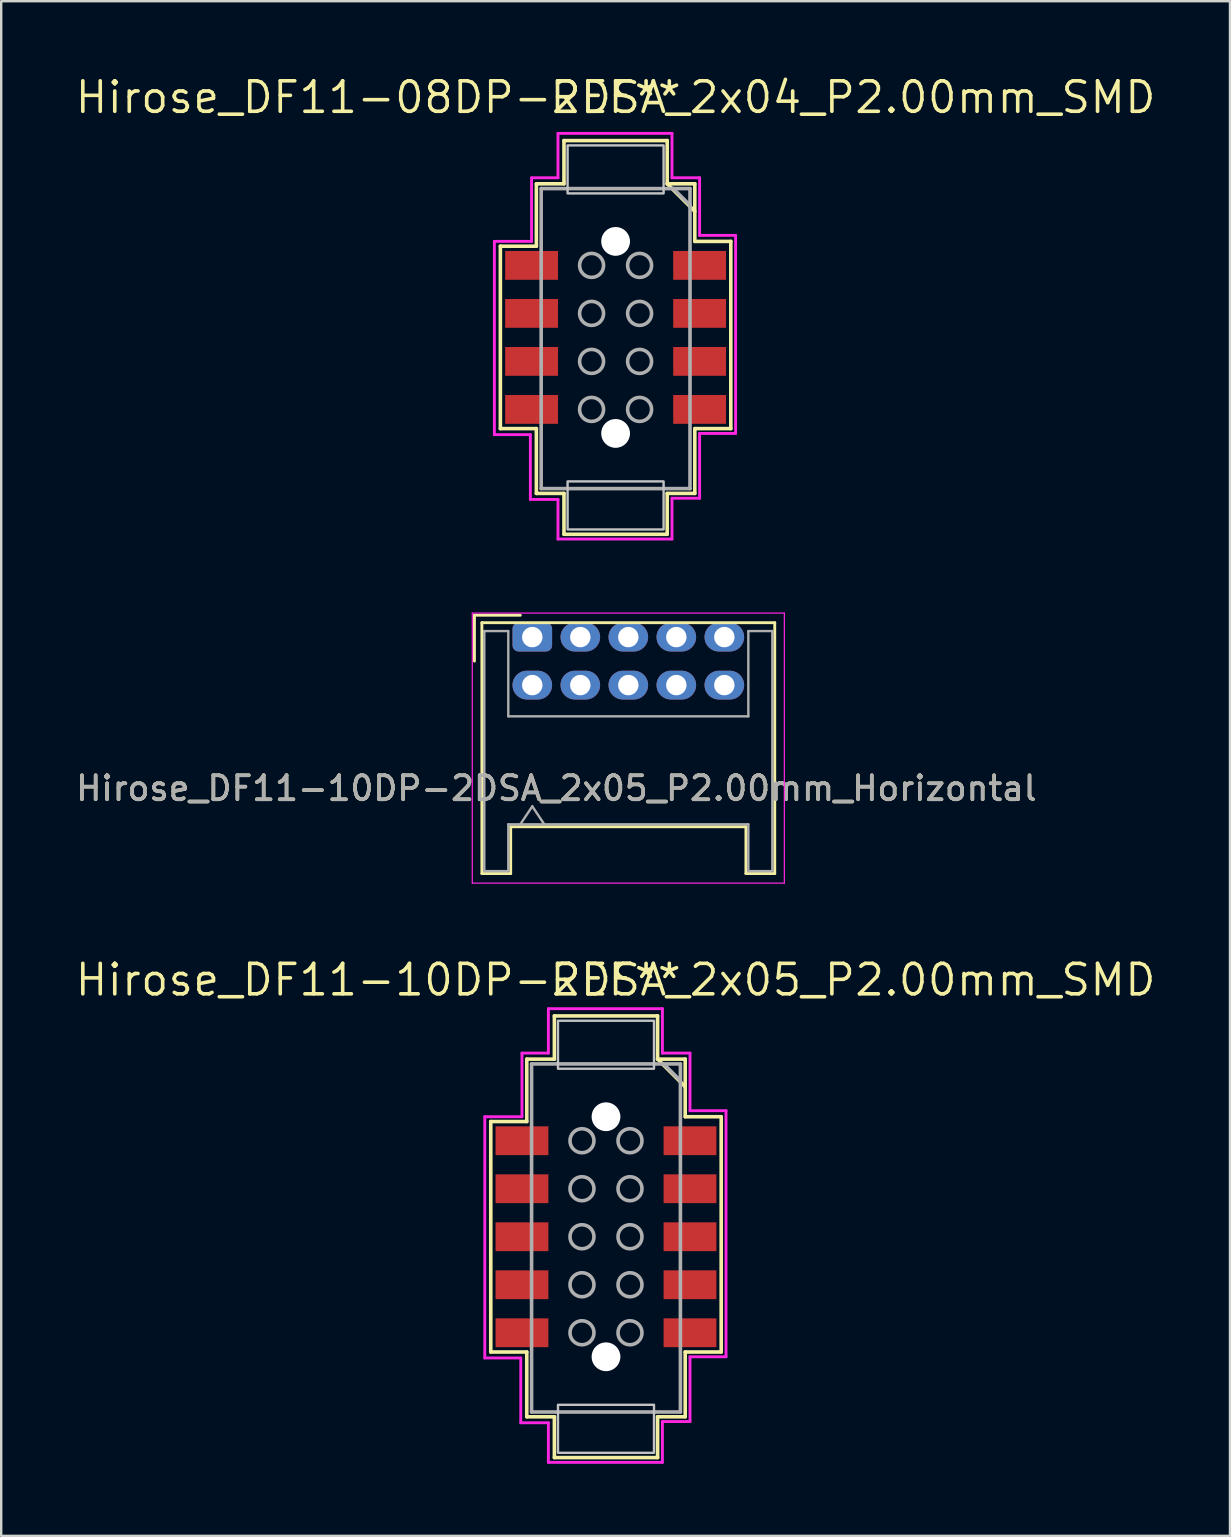
<source format=kicad_pcb>
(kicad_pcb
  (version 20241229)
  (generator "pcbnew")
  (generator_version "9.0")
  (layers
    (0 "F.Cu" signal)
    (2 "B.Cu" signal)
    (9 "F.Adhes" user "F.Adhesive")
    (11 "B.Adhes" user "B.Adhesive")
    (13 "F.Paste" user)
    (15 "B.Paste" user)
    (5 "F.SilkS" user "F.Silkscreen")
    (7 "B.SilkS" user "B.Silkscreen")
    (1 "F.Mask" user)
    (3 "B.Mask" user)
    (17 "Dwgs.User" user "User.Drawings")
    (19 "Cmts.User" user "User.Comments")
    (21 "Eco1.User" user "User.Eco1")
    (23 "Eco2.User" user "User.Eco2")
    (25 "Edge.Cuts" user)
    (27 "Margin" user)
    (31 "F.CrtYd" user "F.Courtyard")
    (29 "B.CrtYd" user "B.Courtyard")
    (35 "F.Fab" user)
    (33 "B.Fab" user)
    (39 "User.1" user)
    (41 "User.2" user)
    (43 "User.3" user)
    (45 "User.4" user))
  (footprint "Hirose_DF11-10DP-2DSA_2x05_P2.00mm_SMD"
    (layer "F.Cu")
    (at 22.195 48.472)
    (property "Reference" "Hirose_DF11-10DP-2DSA_2x05_P2.00mm_SMD" (at 0.4 -10.7 180) (layer "F.SilkS") (effects (font (size 1.27 1.27) (thickness 0.15))))
    (attr through_hole)
    (fp_poly (pts (xy -2.032 -9.097) (xy -2.032 -6.922) (xy 2.032 -6.922) (xy 2.032 -9.097)) (stroke (width 0) (type solid)) (fill yes) (layer "F.Mask"))
    (fp_poly (pts (xy -2.032 6.922) (xy -2.032 9.097) (xy 2.032 9.097) (xy 2.032 6.922)) (stroke (width 0) (type solid)) (fill yes) (layer "F.Mask"))
    (fp_line (start -4.8 -4.8) (end -3.3 -4.8) (stroke (width 0.15) (type solid)) (layer "F.SilkS"))
    (fp_line (start -4.8 4.8) (end -4.8 -4.8) (stroke (width 0.15) (type solid)) (layer "F.SilkS"))
    (fp_line (start -3.3 -4.8) (end -3.3 -7.4) (stroke (width 0.15) (type solid)) (layer "F.SilkS"))
    (fp_line (start -3.3 4.8) (end -4.8 4.8) (stroke (width 0.15) (type solid)) (layer "F.SilkS"))
    (fp_line (start -3.3 7.5) (end -3.3 4.8) (stroke (width 0.15) (type solid)) (layer "F.SilkS"))
    (fp_line (start -3.3 7.5) (end -2.15 7.5) (stroke (width 0.15) (type solid)) (layer "F.SilkS"))
    (fp_line (start -2.15 -9.2) (end -2.15 -7.4) (stroke (width 0.15) (type solid)) (layer "F.SilkS"))
    (fp_line (start -2.15 -7.4) (end -3.3 -7.4) (stroke (width 0.15) (type solid)) (layer "F.SilkS"))
    (fp_line (start -2.15 7.5) (end -2.15 9.2) (stroke (width 0.15) (type solid)) (layer "F.SilkS"))
    (fp_line (start -2.15 9.2) (end 2.15 9.2) (stroke (width 0.15) (type solid)) (layer "F.SilkS"))
    (fp_line (start 2.15 -9.2) (end -2.15 -9.2) (stroke (width 0.15) (type solid)) (layer "F.SilkS"))
    (fp_line (start 2.15 -7.4) (end 2.15 -9.2) (stroke (width 0.15) (type solid)) (layer "F.SilkS"))
    (fp_line (start 2.15 -7.4) (end 3.3 -6.25) (stroke (width 0.15) (type solid)) (layer "F.SilkS"))
    (fp_line (start 2.15 7.5) (end 3.3 7.5) (stroke (width 0.15) (type solid)) (layer "F.SilkS"))
    (fp_line (start 2.15 9.2) (end 2.15 7.5) (stroke (width 0.15) (type solid)) (layer "F.SilkS"))
    (fp_line (start 3.3 -7.4) (end 2.15 -7.4) (stroke (width 0.15) (type solid)) (layer "F.SilkS"))
    (fp_line (start 3.3 -5) (end 3.3 -7.4) (stroke (width 0.15) (type solid)) (layer "F.SilkS"))
    (fp_line (start 3.3 4.8) (end 4.8 4.8) (stroke (width 0.15) (type solid)) (layer "F.SilkS"))
    (fp_line (start 3.3 7.5) (end 3.3 4.8) (stroke (width 0.15) (type solid)) (layer "F.SilkS"))
    (fp_line (start 4.8 -5) (end 3.3 -5) (stroke (width 0.15) (type solid)) (layer "F.SilkS"))
    (fp_line (start 4.8 4.8) (end 4.8 -5) (stroke (width 0.15) (type solid)) (layer "F.SilkS"))
    (fp_poly (pts (xy -2 -9) (xy -2 -7) (xy 2 -7) (xy 2 -9)) (stroke (width 0.1) (type solid)) (fill no) (layer "Dwgs.User"))
    (fp_poly (pts (xy -2 7) (xy -2 9) (xy 2 9) (xy 2 7)) (stroke (width 0.1) (type solid)) (fill no) (layer "Dwgs.User"))
    (fp_line (start -5.05 -5) (end -3.5 -5) (stroke (width 0.12) (type solid)) (layer "F.CrtYd"))
    (fp_line (start -5.05 5.05) (end -5.05 -5) (stroke (width 0.12) (type solid)) (layer "F.CrtYd"))
    (fp_line (start -3.55 5.05) (end -5.05 5.05) (stroke (width 0.12) (type solid)) (layer "F.CrtYd"))
    (fp_line (start -3.55 7.75) (end -3.55 5.05) (stroke (width 0.12) (type solid)) (layer "F.CrtYd"))
    (fp_line (start -3.5 -7.65) (end -2.4 -7.65) (stroke (width 0.12) (type solid)) (layer "F.CrtYd"))
    (fp_line (start -3.5 -5) (end -3.5 -7.65) (stroke (width 0.12) (type solid)) (layer "F.CrtYd"))
    (fp_line (start -2.4 -9.5) (end 2.35 -9.5) (stroke (width 0.12) (type solid)) (layer "F.CrtYd"))
    (fp_line (start -2.4 -7.65) (end -2.4 -9.5) (stroke (width 0.12) (type solid)) (layer "F.CrtYd"))
    (fp_line (start -2.4 7.75) (end -3.55 7.75) (stroke (width 0.12) (type solid)) (layer "F.CrtYd"))
    (fp_line (start -2.4 9.4) (end -2.4 7.75) (stroke (width 0.12) (type solid)) (layer "F.CrtYd"))
    (fp_line (start 2.35 -9.5) (end 2.35 -7.65) (stroke (width 0.12) (type solid)) (layer "F.CrtYd"))
    (fp_line (start 2.35 -7.65) (end 3.5 -7.65) (stroke (width 0.12) (type solid)) (layer "F.CrtYd"))
    (fp_line (start 2.35 7.7) (end 2.35 9.4) (stroke (width 0.12) (type solid)) (layer "F.CrtYd"))
    (fp_line (start 2.35 9.4) (end -2.4 9.4) (stroke (width 0.12) (type solid)) (layer "F.CrtYd"))
    (fp_line (start 3.5 -7.65) (end 3.5 -5.25) (stroke (width 0.12) (type solid)) (layer "F.CrtYd"))
    (fp_line (start 3.5 -5.25) (end 5 -5.25) (stroke (width 0.12) (type solid)) (layer "F.CrtYd"))
    (fp_line (start 3.5 5) (end 3.5 7.7) (stroke (width 0.12) (type solid)) (layer "F.CrtYd"))
    (fp_line (start 3.5 7.7) (end 2.35 7.7) (stroke (width 0.12) (type solid)) (layer "F.CrtYd"))
    (fp_line (start 5 -5.25) (end 5 5) (stroke (width 0.12) (type solid)) (layer "F.CrtYd"))
    (fp_line (start 5 5) (end 3.5 5) (stroke (width 0.12) (type solid)) (layer "F.CrtYd"))
    (fp_line (start -3.1 -7.2) (end 3.1 -7.2) (stroke (width 0.15) (type solid)) (layer "F.Fab"))
    (fp_line (start -3.1 7.3) (end -3.1 -7.2) (stroke (width 0.15) (type solid)) (layer "F.Fab"))
    (fp_line (start 3.1 -7.2) (end 3.1 7.3) (stroke (width 0.15) (type solid)) (layer "F.Fab"))
    (fp_line (start 3.1 -6.5) (end 2.4 -7.2) (stroke (width 0.15) (type solid)) (layer "F.Fab"))
    (fp_line (start 3.1 7.3) (end -3.1 7.3) (stroke (width 0.15) (type solid)) (layer "F.Fab"))
    (fp_circle (center -1 -4) (end -0.6 -3.7) (stroke (width 0.15) (type solid)) (fill no) (layer "F.Fab"))
    (fp_circle (center -1 -2) (end -0.6 -1.7) (stroke (width 0.15) (type solid)) (fill no) (layer "F.Fab"))
    (fp_circle (center -1 0) (end -0.6 0.3) (stroke (width 0.15) (type solid)) (fill no) (layer "F.Fab"))
    (fp_circle (center -1 2) (end -0.6 2.3) (stroke (width 0.15) (type solid)) (fill no) (layer "F.Fab"))
    (fp_circle (center -1 4) (end -0.6 4.3) (stroke (width 0.15) (type solid)) (fill no) (layer "F.Fab"))
    (fp_circle (center 1 -4) (end 1.4 -3.7) (stroke (width 0.15) (type solid)) (fill no) (layer "F.Fab"))
    (fp_circle (center 1 -2) (end 1.4 -1.7) (stroke (width 0.15) (type solid)) (fill no) (layer "F.Fab"))
    (fp_circle (center 1 0) (end 1.4 0.3) (stroke (width 0.15) (type solid)) (fill no) (layer "F.Fab"))
    (fp_circle (center 1 2) (end 1.4 2.3) (stroke (width 0.15) (type solid)) (fill no) (layer "F.Fab"))
    (fp_circle (center 1 4) (end 1.4 4.3) (stroke (width 0.15) (type solid)) (fill no) (layer "F.Fab"))
    (fp_text user "REF**" (at 0.4 -10.7 0) (layer "F.SilkS") (effects (font (size 1.27 1.27) (thickness 0.15))))
    (pad "" np_thru_hole circle (at 0 -5 270) (size 1.2 1.2) (drill 1.2) (layers "*.Cu"))
    (pad "" np_thru_hole circle (at 0 5 270) (size 1.2 1.2) (drill 1.2) (layers "*.Cu"))
    (pad "1" smd rect (at 3.5 -4) (size 2.2 1.2) (layers "F.Cu" "F.Mask" "F.Paste"))
    (pad "2" smd rect (at -3.5 -4) (size 2.2 1.2) (layers "F.Cu" "F.Mask" "F.Paste"))
    (pad "3" smd rect (at 3.5 -2) (size 2.2 1.2) (layers "F.Cu" "F.Mask" "F.Paste"))
    (pad "4" smd rect (at -3.5 -2) (size 2.2 1.2) (layers "F.Cu" "F.Mask" "F.Paste"))
    (pad "5" smd rect (at 3.5 0) (size 2.2 1.2) (layers "F.Cu" "F.Mask" "F.Paste"))
    (pad "6" smd rect (at -3.5 0) (size 2.2 1.2) (layers "F.Cu" "F.Mask" "F.Paste"))
    (pad "7" smd rect (at 3.5 2) (size 2.2 1.2) (layers "F.Cu" "F.Mask" "F.Paste"))
    (pad "8" smd rect (at -3.5 2) (size 2.2 1.2) (layers "F.Cu" "F.Mask" "F.Paste"))
    (pad "9" smd rect (at 3.5 4) (size 2.2 1.2) (layers "F.Cu" "F.Mask" "F.Paste"))
    (pad "10" smd rect (at -3.5 4) (size 2.2 1.2) (layers "F.Cu" "F.Mask" "F.Paste")))
  (footprint "Hirose_DF11-08DP-2DSA_2x04_P2.00mm_SMD"
    (layer "F.Cu")
    (at 22.595 12.006)
    (property "Reference" "Hirose_DF11-08DP-2DSA_2x04_P2.00mm_SMD" (at 0 -11 180) (layer "F.SilkS") (effects (font (size 1.27 1.27) (thickness 0.15))))
    (attr through_hole)
    (fp_poly (pts (xy -2.032 -9.097) (xy -2.032 -6.922) (xy 2.032 -6.922) (xy 2.032 -9.097)) (stroke (width 0) (type solid)) (fill yes) (layer "F.Mask"))
    (fp_poly (pts (xy -2.032 4.922) (xy -2.032 7.097) (xy 2.032 7.097) (xy 2.032 4.922)) (stroke (width 0) (type solid)) (fill yes) (layer "F.Mask"))
    (fp_line (start -4.8 -4.8) (end -3.3 -4.8) (stroke (width 0.15) (type solid)) (layer "F.SilkS"))
    (fp_line (start -4.8 2.8) (end -4.8 -4.8) (stroke (width 0.15) (type solid)) (layer "F.SilkS"))
    (fp_line (start -3.3 -4.8) (end -3.3 -7.4) (stroke (width 0.15) (type solid)) (layer "F.SilkS"))
    (fp_line (start -3.3 2.8) (end -4.8 2.8) (stroke (width 0.15) (type solid)) (layer "F.SilkS"))
    (fp_line (start -3.3 5.5) (end -3.3 2.8) (stroke (width 0.15) (type solid)) (layer "F.SilkS"))
    (fp_line (start -3.3 5.5) (end -2.15 5.5) (stroke (width 0.15) (type solid)) (layer "F.SilkS"))
    (fp_line (start -2.15 -9.2) (end -2.15 -7.4) (stroke (width 0.15) (type solid)) (layer "F.SilkS"))
    (fp_line (start -2.15 -7.4) (end -3.3 -7.4) (stroke (width 0.15) (type solid)) (layer "F.SilkS"))
    (fp_line (start -2.15 5.5) (end -2.15 7.2) (stroke (width 0.15) (type solid)) (layer "F.SilkS"))
    (fp_line (start -2.15 7.2) (end 2.15 7.2) (stroke (width 0.15) (type solid)) (layer "F.SilkS"))
    (fp_line (start 2.15 -9.2) (end -2.15 -9.2) (stroke (width 0.15) (type solid)) (layer "F.SilkS"))
    (fp_line (start 2.15 -7.4) (end 2.15 -9.2) (stroke (width 0.15) (type solid)) (layer "F.SilkS"))
    (fp_line (start 2.15 -7.4) (end 3.3 -6.25) (stroke (width 0.15) (type solid)) (layer "F.SilkS"))
    (fp_line (start 2.15 5.5) (end 3.3 5.5) (stroke (width 0.15) (type solid)) (layer "F.SilkS"))
    (fp_line (start 2.15 7.2) (end 2.15 5.5) (stroke (width 0.15) (type solid)) (layer "F.SilkS"))
    (fp_line (start 3.3 -7.4) (end 2.15 -7.4) (stroke (width 0.15) (type solid)) (layer "F.SilkS"))
    (fp_line (start 3.3 -5) (end 3.3 -7.4) (stroke (width 0.15) (type solid)) (layer "F.SilkS"))
    (fp_line (start 3.3 2.8) (end 4.8 2.8) (stroke (width 0.15) (type solid)) (layer "F.SilkS"))
    (fp_line (start 3.3 5.5) (end 3.3 2.8) (stroke (width 0.15) (type solid)) (layer "F.SilkS"))
    (fp_line (start 4.8 -5) (end 3.3 -5) (stroke (width 0.15) (type solid)) (layer "F.SilkS"))
    (fp_line (start 4.8 2.8) (end 4.8 -5) (stroke (width 0.15) (type solid)) (layer "F.SilkS"))
    (fp_poly (pts (xy -2 -9) (xy -2 -7) (xy 2 -7) (xy 2 -9)) (stroke (width 0.1) (type solid)) (fill no) (layer "Dwgs.User"))
    (fp_poly (pts (xy -2 5) (xy -2 7) (xy 2 7) (xy 2 5)) (stroke (width 0.1) (type solid)) (fill no) (layer "Dwgs.User"))
    (fp_line (start -5.05 -5) (end -3.5 -5) (stroke (width 0.12) (type solid)) (layer "F.CrtYd"))
    (fp_line (start -5.05 3.05) (end -5.05 -5) (stroke (width 0.12) (type solid)) (layer "F.CrtYd"))
    (fp_line (start -3.55 3.05) (end -5.05 3.05) (stroke (width 0.12) (type solid)) (layer "F.CrtYd"))
    (fp_line (start -3.55 5.75) (end -3.55 3.05) (stroke (width 0.12) (type solid)) (layer "F.CrtYd"))
    (fp_line (start -3.5 -7.65) (end -2.4 -7.65) (stroke (width 0.12) (type solid)) (layer "F.CrtYd"))
    (fp_line (start -3.5 -5) (end -3.5 -7.65) (stroke (width 0.12) (type solid)) (layer "F.CrtYd"))
    (fp_line (start -2.4 -9.5) (end 2.35 -9.5) (stroke (width 0.12) (type solid)) (layer "F.CrtYd"))
    (fp_line (start -2.4 -7.65) (end -2.4 -9.5) (stroke (width 0.12) (type solid)) (layer "F.CrtYd"))
    (fp_line (start -2.4 5.75) (end -3.55 5.75) (stroke (width 0.12) (type solid)) (layer "F.CrtYd"))
    (fp_line (start -2.4 7.4) (end -2.4 5.75) (stroke (width 0.12) (type solid)) (layer "F.CrtYd"))
    (fp_line (start 2.35 -9.5) (end 2.35 -7.65) (stroke (width 0.12) (type solid)) (layer "F.CrtYd"))
    (fp_line (start 2.35 -7.65) (end 3.5 -7.65) (stroke (width 0.12) (type solid)) (layer "F.CrtYd"))
    (fp_line (start 2.35 5.7) (end 2.35 7.4) (stroke (width 0.12) (type solid)) (layer "F.CrtYd"))
    (fp_line (start 2.35 7.4) (end -2.4 7.4) (stroke (width 0.12) (type solid)) (layer "F.CrtYd"))
    (fp_line (start 3.5 -7.65) (end 3.5 -5.25) (stroke (width 0.12) (type solid)) (layer "F.CrtYd"))
    (fp_line (start 3.5 -5.25) (end 5 -5.25) (stroke (width 0.12) (type solid)) (layer "F.CrtYd"))
    (fp_line (start 3.5 3) (end 3.5 5.7) (stroke (width 0.12) (type solid)) (layer "F.CrtYd"))
    (fp_line (start 3.5 5.7) (end 2.35 5.7) (stroke (width 0.12) (type solid)) (layer "F.CrtYd"))
    (fp_line (start 5 -5.25) (end 5 3) (stroke (width 0.12) (type solid)) (layer "F.CrtYd"))
    (fp_line (start 5 3) (end 3.5 3) (stroke (width 0.12) (type solid)) (layer "F.CrtYd"))
    (fp_line (start -3.1 -7.2) (end 3.1 -7.2) (stroke (width 0.15) (type solid)) (layer "F.Fab"))
    (fp_line (start -3.1 5.3) (end -3.1 -7.2) (stroke (width 0.15) (type solid)) (layer "F.Fab"))
    (fp_line (start 3.1 -7.2) (end 3.1 5.3) (stroke (width 0.15) (type solid)) (layer "F.Fab"))
    (fp_line (start 3.1 -6.5) (end 2.4 -7.2) (stroke (width 0.15) (type solid)) (layer "F.Fab"))
    (fp_line (start 3.1 5.3) (end -3.1 5.3) (stroke (width 0.15) (type solid)) (layer "F.Fab"))
    (fp_circle (center -1 -4) (end -0.6 -3.7) (stroke (width 0.15) (type solid)) (fill no) (layer "F.Fab"))
    (fp_circle (center -1 -2) (end -0.6 -1.7) (stroke (width 0.15) (type solid)) (fill no) (layer "F.Fab"))
    (fp_circle (center -1 0) (end -0.6 0.3) (stroke (width 0.15) (type solid)) (fill no) (layer "F.Fab"))
    (fp_circle (center -1 2) (end -0.6 2.3) (stroke (width 0.15) (type solid)) (fill no) (layer "F.Fab"))
    (fp_circle (center 1 -4) (end 1.4 -3.7) (stroke (width 0.15) (type solid)) (fill no) (layer "F.Fab"))
    (fp_circle (center 1 -2) (end 1.4 -1.7) (stroke (width 0.15) (type solid)) (fill no) (layer "F.Fab"))
    (fp_circle (center 1 0) (end 1.4 0.3) (stroke (width 0.15) (type solid)) (fill no) (layer "F.Fab"))
    (fp_circle (center 1 2) (end 1.4 2.3) (stroke (width 0.15) (type solid)) (fill no) (layer "F.Fab"))
    (fp_text user "REF**" (at 0 -11 0) (layer "F.SilkS") (effects (font (size 1.27 1.27) (thickness 0.15))))
    (pad "" np_thru_hole circle (at 0 -5 270) (size 1.2 1.2) (drill 1.2) (layers "*.Cu"))
    (pad "" np_thru_hole circle (at 0 3 270) (size 1.2 1.2) (drill 1.2) (layers "*.Cu"))
    (pad "1" smd rect (at 3.5 -4) (size 2.2 1.2) (layers "F.Cu" "F.Mask" "F.Paste"))
    (pad "2" smd rect (at -3.5 -4) (size 2.2 1.2) (layers "F.Cu" "F.Mask" "F.Paste"))
    (pad "3" smd rect (at 3.5 -2) (size 2.2 1.2) (layers "F.Cu" "F.Mask" "F.Paste"))
    (pad "4" smd rect (at -3.5 -2) (size 2.2 1.2) (layers "F.Cu" "F.Mask" "F.Paste"))
    (pad "5" smd rect (at 3.5 0) (size 2.2 1.2) (layers "F.Cu" "F.Mask" "F.Paste"))
    (pad "6" smd rect (at -3.5 0) (size 2.2 1.2) (layers "F.Cu" "F.Mask" "F.Paste"))
    (pad "7" smd rect (at 3.5 2) (size 2.2 1.2) (layers "F.Cu" "F.Mask" "F.Paste"))
    (pad "8" smd rect (at -3.5 2) (size 2.2 1.2) (layers "F.Cu" "F.Mask" "F.Paste")))
  (footprint "Hirose_DF11-10DP-2DSA_2x05_P2.00mm_Horizontal"
    (layer "F.Cu")
    (at 19.125 23.491)
    (property "Reference" "Hirose_DF11-10DP-2DSA_2x05_P2.00mm_Horizontal" (at 1 6.3 0) (layer "F.SilkS") (effects (font (size 1 1) (thickness 0.15))))
    (attr through_hole)
    (fp_line (start -2.41 -0.91) (end -0.5 -0.91) (stroke (width 0.12) (type solid)) (layer "F.SilkS"))
    (fp_line (start -2.41 1) (end -2.41 -0.91) (stroke (width 0.12) (type solid)) (layer "F.SilkS"))
    (fp_line (start -2.1 -0.6) (end -2.1 9.85) (stroke (width 0.12) (type solid)) (layer "F.SilkS"))
    (fp_line (start -2.1 9.85) (end -0.9 9.85) (stroke (width 0.12) (type solid)) (layer "F.SilkS"))
    (fp_line (start -0.9 7.9) (end -0.9 9.85) (stroke (width 0.12) (type solid)) (layer "F.SilkS"))
    (fp_line (start -0.9 7.9) (end 8.9 7.9) (stroke (width 0.12) (type solid)) (layer "F.SilkS"))
    (fp_line (start 8.9 9.85) (end 8.9 7.9) (stroke (width 0.12) (type solid)) (layer "F.SilkS"))
    (fp_line (start 8.9 9.85) (end 10.1 9.85) (stroke (width 0.12) (type solid)) (layer "F.SilkS"))
    (fp_line (start 10.1 -0.6) (end -2.1 -0.6) (stroke (width 0.12) (type solid)) (layer "F.SilkS"))
    (fp_line (start 10.1 9.85) (end 10.1 -0.6) (stroke (width 0.12) (type solid)) (layer "F.SilkS"))
    (fp_line (start -2.5 -1) (end -2.5 10.25) (stroke (width 0.05) (type solid)) (layer "F.CrtYd"))
    (fp_line (start -2.5 10.25) (end 10.5 10.25) (stroke (width 0.05) (type solid)) (layer "F.CrtYd"))
    (fp_line (start 10.5 -1) (end -2.5 -1) (stroke (width 0.05) (type solid)) (layer "F.CrtYd"))
    (fp_line (start 10.5 10.25) (end 10.5 -1) (stroke (width 0.05) (type solid)) (layer "F.CrtYd"))
    (fp_line (start -2 -0.25) (end -2 9.75) (stroke (width 0.1) (type solid)) (layer "F.Fab"))
    (fp_line (start -2 9.75) (end -1 9.75) (stroke (width 0.1) (type solid)) (layer "F.Fab"))
    (fp_line (start -1 -0.25) (end -2 -0.25) (stroke (width 0.1) (type solid)) (layer "F.Fab"))
    (fp_line (start -1 3.3) (end -1 -0.25) (stroke (width 0.1) (type solid)) (layer "F.Fab"))
    (fp_line (start -1 3.3) (end 9 3.3) (stroke (width 0.1) (type solid)) (layer "F.Fab"))
    (fp_line (start -1 7.8) (end 9 7.8) (stroke (width 0.1) (type solid)) (layer "F.Fab"))
    (fp_line (start -1 9.75) (end -1 7.8) (stroke (width 0.1) (type solid)) (layer "F.Fab"))
    (fp_line (start -0.5 7.8) (end 0 7.05) (stroke (width 0.1) (type solid)) (layer "F.Fab"))
    (fp_line (start 0 7.05) (end 0.5 7.8) (stroke (width 0.1) (type solid)) (layer "F.Fab"))
    (fp_line (start 9 3.3) (end 9 -0.25) (stroke (width 0.1) (type solid)) (layer "F.Fab"))
    (fp_line (start 9 7.8) (end 9 9.75) (stroke (width 0.1) (type solid)) (layer "F.Fab"))
    (fp_line (start 9 9.75) (end 10 9.75) (stroke (width 0.1) (type solid)) (layer "F.Fab"))
    (fp_line (start 10 -0.25) (end 9 -0.25) (stroke (width 0.1) (type solid)) (layer "F.Fab"))
    (fp_line (start 10 9.75) (end 10 -0.25) (stroke (width 0.1) (type solid)) (layer "F.Fab"))
    (fp_text user "${REFERENCE}" (at 1 6.3 0) (layer "F.Fab") (effects (font (size 1 1) (thickness 0.15))))
    (pad "1" thru_hole roundrect (at 0 0 90) (size 1.2 1.65) (drill 0.85) (layers "*.Cu" "*.Mask") (roundrect_rratio 0.208))
    (pad "2" thru_hole oval (at 0 2 90) (size 1.2 1.65) (drill 0.85) (layers "*.Cu" "*.Mask"))
    (pad "3" thru_hole oval (at 2 0 90) (size 1.2 1.65) (drill 0.85) (layers "*.Cu" "*.Mask"))
    (pad "4" thru_hole oval (at 2 2 90) (size 1.2 1.65) (drill 0.85) (layers "*.Cu" "*.Mask"))
    (pad "5" thru_hole oval (at 4 0 90) (size 1.2 1.65) (drill 0.85) (layers "*.Cu" "*.Mask"))
    (pad "6" thru_hole oval (at 4 2 90) (size 1.2 1.65) (drill 0.85) (layers "*.Cu" "*.Mask"))
    (pad "7" thru_hole oval (at 6 0 90) (size 1.2 1.65) (drill 0.85) (layers "*.Cu" "*.Mask"))
    (pad "8" thru_hole oval (at 6 2 90) (size 1.2 1.65) (drill 0.85) (layers "*.Cu" "*.Mask"))
    (pad "9" thru_hole oval (at 8 0 90) (size 1.2 1.65) (drill 0.85) (layers "*.Cu" "*.Mask"))
    (pad "10" thru_hole oval (at 8 2 90) (size 1.2 1.65) (drill 0.85) (layers "*.Cu" "*.Mask")))
  (gr_rect
    (start -3 -3)
    (end 48.19 60.932)
    (stroke (width 0.1) (type default))
    (fill no)
    (layer "Edge.Cuts")))
</source>
